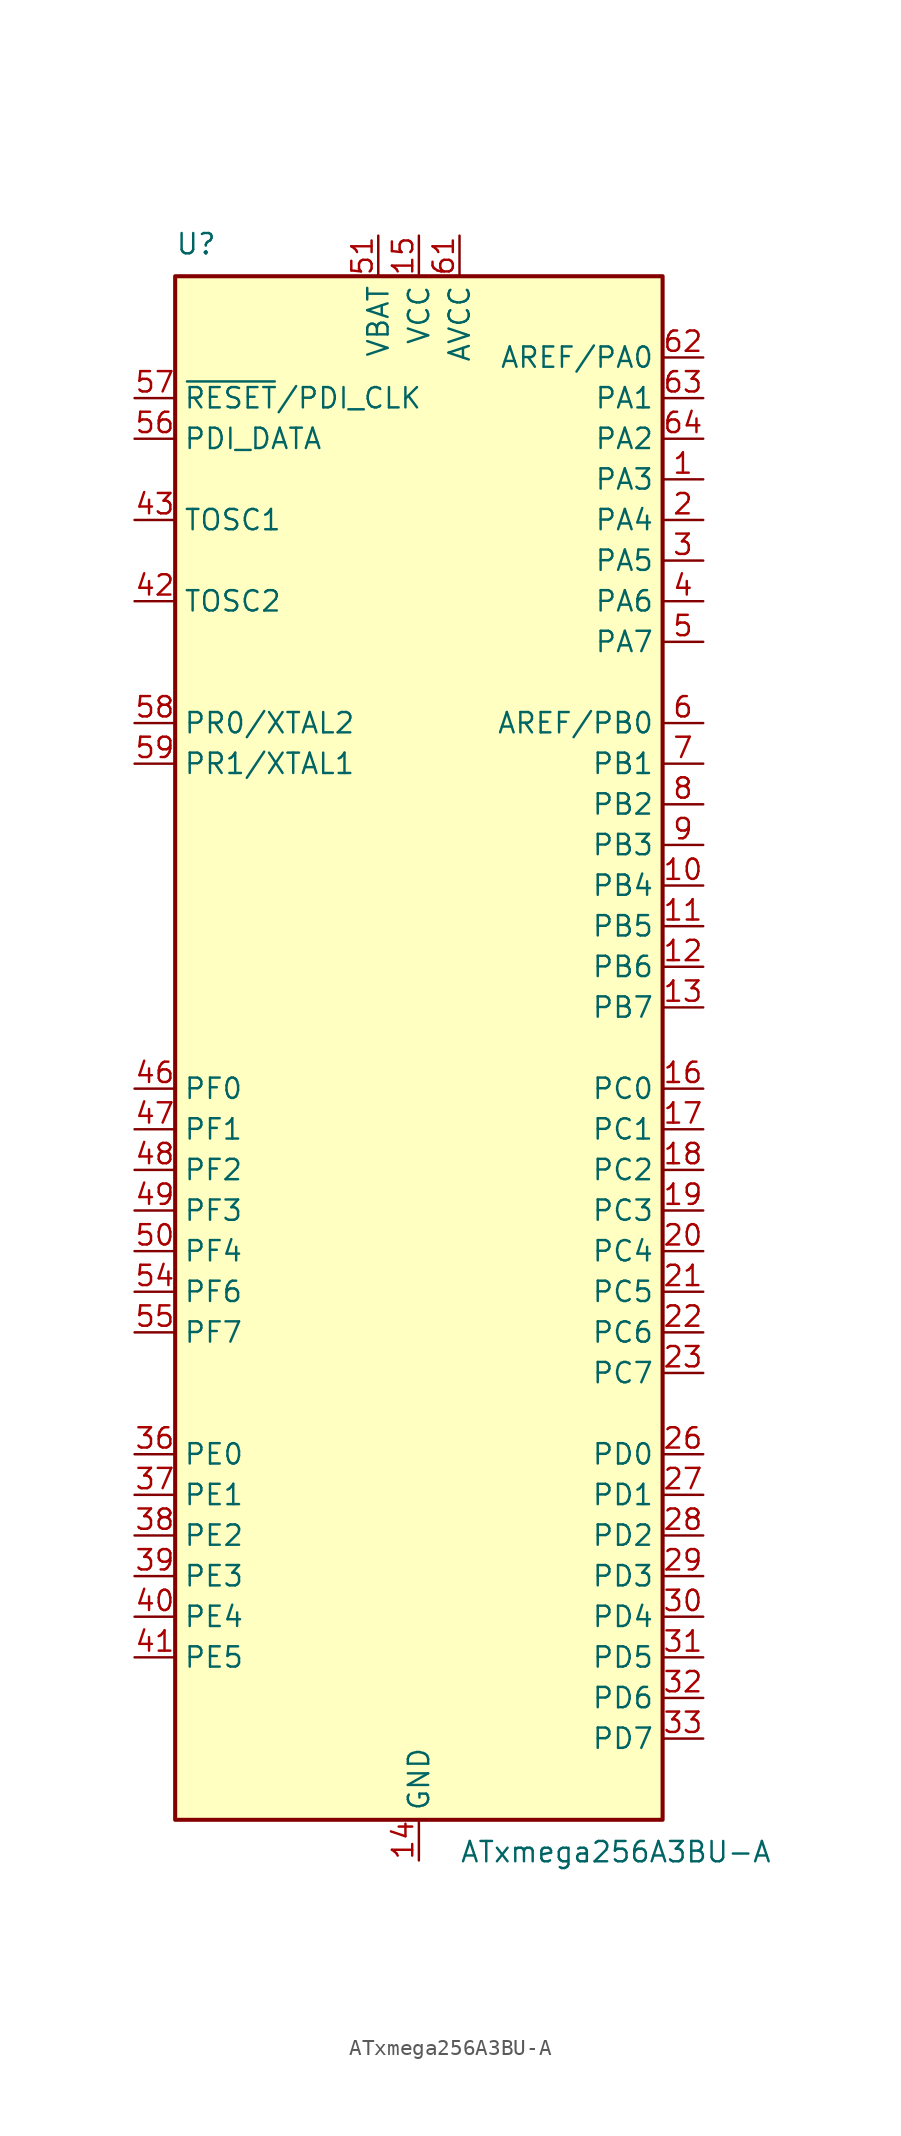
<source format=kicad_sym>
(kicad_symbol_lib
  (version 20201005)
  (generator kicad_symbol_editor)
  (symbol "MCU_Microchip_ATmega:ATxmega256A3BU-A"
    (property "Reference" "U"
      (at -15.24 49.53 0)
      (effects (font (size 1.27 1.27)) (justify left bottom)))
    (property "Value" "ATxmega256A3BU-A"
      (at 2.54 -49.53 0)
      (effects (font (size 1.27 1.27)) (justify left top)))
    (symbol "ATxmega256A3BU-A_0_1"
      (rectangle (start -15.24 -48.26) (end 15.24 48.26) (stroke (width 0.254)) (fill (type background))))
    (symbol "ATxmega256A3BU-A_1_1"
      (pin bidirectional line (at 17.78 35.56 180) (length 2.54) (name "PA3" (effects (font (size 1.27 1.27)))) (number "1" (effects (font (size 1.27 1.27)))))
      (pin bidirectional line (at 17.78 10.16 180) (length 2.54) (name "PB4" (effects (font (size 1.27 1.27)))) (number "10" (effects (font (size 1.27 1.27)))))
      (pin bidirectional line (at 17.78 7.62 180) (length 2.54) (name "PB5" (effects (font (size 1.27 1.27)))) (number "11" (effects (font (size 1.27 1.27)))))
      (pin bidirectional line (at 17.78 5.08 180) (length 2.54) (name "PB6" (effects (font (size 1.27 1.27)))) (number "12" (effects (font (size 1.27 1.27)))))
      (pin bidirectional line (at 17.78 2.54 180) (length 2.54) (name "PB7" (effects (font (size 1.27 1.27)))) (number "13" (effects (font (size 1.27 1.27)))))
      (pin power_in line (at 0 -50.8 90) (length 2.54) (name "GND" (effects (font (size 1.27 1.27)))) (number "14" (effects (font (size 1.27 1.27)))))
      (pin power_in line (at 0 50.8 270) (length 2.54) (name "VCC" (effects (font (size 1.27 1.27)))) (number "15" (effects (font (size 1.27 1.27)))))
      (pin bidirectional line (at 17.78 -2.54 180) (length 2.54) (name "PC0" (effects (font (size 1.27 1.27)))) (number "16" (effects (font (size 1.27 1.27)))))
      (pin bidirectional line (at 17.78 -5.08 180) (length 2.54) (name "PC1" (effects (font (size 1.27 1.27)))) (number "17" (effects (font (size 1.27 1.27)))))
      (pin bidirectional line (at 17.78 -7.62 180) (length 2.54) (name "PC2" (effects (font (size 1.27 1.27)))) (number "18" (effects (font (size 1.27 1.27)))))
      (pin bidirectional line (at 17.78 -10.16 180) (length 2.54) (name "PC3" (effects (font (size 1.27 1.27)))) (number "19" (effects (font (size 1.27 1.27)))))
      (pin bidirectional line (at 17.78 33.02 180) (length 2.54) (name "PA4" (effects (font (size 1.27 1.27)))) (number "2" (effects (font (size 1.27 1.27)))))
      (pin bidirectional line (at 17.78 -12.7 180) (length 2.54) (name "PC4" (effects (font (size 1.27 1.27)))) (number "20" (effects (font (size 1.27 1.27)))))
      (pin bidirectional line (at 17.78 -15.24 180) (length 2.54) (name "PC5" (effects (font (size 1.27 1.27)))) (number "21" (effects (font (size 1.27 1.27)))))
      (pin bidirectional line (at 17.78 -17.78 180) (length 2.54) (name "PC6" (effects (font (size 1.27 1.27)))) (number "22" (effects (font (size 1.27 1.27)))))
      (pin bidirectional line (at 17.78 -20.32 180) (length 2.54) (name "PC7" (effects (font (size 1.27 1.27)))) (number "23" (effects (font (size 1.27 1.27)))))
      (pin passive line (at 0 -50.8 90) (length 2.54) hide (name "GND" (effects (font (size 1.27 1.27)))) (number "24" (effects (font (size 1.27 1.27)))))
      (pin passive line (at 0 50.8 270) (length 2.54) hide (name "VCC" (effects (font (size 1.27 1.27)))) (number "25" (effects (font (size 1.27 1.27)))))
      (pin bidirectional line (at 17.78 -25.4 180) (length 2.54) (name "PD0" (effects (font (size 1.27 1.27)))) (number "26" (effects (font (size 1.27 1.27)))))
      (pin bidirectional line (at 17.78 -27.94 180) (length 2.54) (name "PD1" (effects (font (size 1.27 1.27)))) (number "27" (effects (font (size 1.27 1.27)))))
      (pin bidirectional line (at 17.78 -30.48 180) (length 2.54) (name "PD2" (effects (font (size 1.27 1.27)))) (number "28" (effects (font (size 1.27 1.27)))))
      (pin bidirectional line (at 17.78 -33.02 180) (length 2.54) (name "PD3" (effects (font (size 1.27 1.27)))) (number "29" (effects (font (size 1.27 1.27)))))
      (pin bidirectional line (at 17.78 30.48 180) (length 2.54) (name "PA5" (effects (font (size 1.27 1.27)))) (number "3" (effects (font (size 1.27 1.27)))))
      (pin bidirectional line (at 17.78 -35.56 180) (length 2.54) (name "PD4" (effects (font (size 1.27 1.27)))) (number "30" (effects (font (size 1.27 1.27)))))
      (pin bidirectional line (at 17.78 -38.1 180) (length 2.54) (name "PD5" (effects (font (size 1.27 1.27)))) (number "31" (effects (font (size 1.27 1.27)))))
      (pin bidirectional line (at 17.78 -40.64 180) (length 2.54) (name "PD6" (effects (font (size 1.27 1.27)))) (number "32" (effects (font (size 1.27 1.27)))))
      (pin bidirectional line (at 17.78 -43.18 180) (length 2.54) (name "PD7" (effects (font (size 1.27 1.27)))) (number "33" (effects (font (size 1.27 1.27)))))
      (pin passive line (at 0 -50.8 90) (length 2.54) hide (name "GND" (effects (font (size 1.27 1.27)))) (number "34" (effects (font (size 1.27 1.27)))))
      (pin passive line (at 0 50.8 270) (length 2.54) hide (name "VCC" (effects (font (size 1.27 1.27)))) (number "35" (effects (font (size 1.27 1.27)))))
      (pin bidirectional line (at -17.78 -25.4 0) (length 2.54) (name "PE0" (effects (font (size 1.27 1.27)))) (number "36" (effects (font (size 1.27 1.27)))))
      (pin bidirectional line (at -17.78 -27.94 0) (length 2.54) (name "PE1" (effects (font (size 1.27 1.27)))) (number "37" (effects (font (size 1.27 1.27)))))
      (pin bidirectional line (at -17.78 -30.48 0) (length 2.54) (name "PE2" (effects (font (size 1.27 1.27)))) (number "38" (effects (font (size 1.27 1.27)))))
      (pin bidirectional line (at -17.78 -33.02 0) (length 2.54) (name "PE3" (effects (font (size 1.27 1.27)))) (number "39" (effects (font (size 1.27 1.27)))))
      (pin bidirectional line (at 17.78 27.94 180) (length 2.54) (name "PA6" (effects (font (size 1.27 1.27)))) (number "4" (effects (font (size 1.27 1.27)))))
      (pin bidirectional line (at -17.78 -35.56 0) (length 2.54) (name "PE4" (effects (font (size 1.27 1.27)))) (number "40" (effects (font (size 1.27 1.27)))))
      (pin bidirectional line (at -17.78 -38.1 0) (length 2.54) (name "PE5" (effects (font (size 1.27 1.27)))) (number "41" (effects (font (size 1.27 1.27)))))
      (pin passive line (at -17.78 27.94 0) (length 2.54) (name "TOSC2" (effects (font (size 1.27 1.27)))) (number "42" (effects (font (size 1.27 1.27)))))
      (pin input line (at -17.78 33.02 0) (length 2.54) (name "TOSC1" (effects (font (size 1.27 1.27)))) (number "43" (effects (font (size 1.27 1.27)))))
      (pin passive line (at 0 -50.8 90) (length 2.54) hide (name "GND" (effects (font (size 1.27 1.27)))) (number "44" (effects (font (size 1.27 1.27)))))
      (pin passive line (at 0 50.8 270) (length 2.54) hide (name "VCC" (effects (font (size 1.27 1.27)))) (number "45" (effects (font (size 1.27 1.27)))))
      (pin bidirectional line (at -17.78 -2.54 0) (length 2.54) (name "PF0" (effects (font (size 1.27 1.27)))) (number "46" (effects (font (size 1.27 1.27)))))
      (pin bidirectional line (at -17.78 -5.08 0) (length 2.54) (name "PF1" (effects (font (size 1.27 1.27)))) (number "47" (effects (font (size 1.27 1.27)))))
      (pin bidirectional line (at -17.78 -7.62 0) (length 2.54) (name "PF2" (effects (font (size 1.27 1.27)))) (number "48" (effects (font (size 1.27 1.27)))))
      (pin bidirectional line (at -17.78 -10.16 0) (length 2.54) (name "PF3" (effects (font (size 1.27 1.27)))) (number "49" (effects (font (size 1.27 1.27)))))
      (pin bidirectional line (at 17.78 25.4 180) (length 2.54) (name "PA7" (effects (font (size 1.27 1.27)))) (number "5" (effects (font (size 1.27 1.27)))))
      (pin bidirectional line (at -17.78 -12.7 0) (length 2.54) (name "PF4" (effects (font (size 1.27 1.27)))) (number "50" (effects (font (size 1.27 1.27)))))
      (pin power_in line (at -2.54 50.8 270) (length 2.54) (name "VBAT" (effects (font (size 1.27 1.27)))) (number "51" (effects (font (size 1.27 1.27)))))
      (pin passive line (at 0 -50.8 90) (length 2.54) hide (name "GND" (effects (font (size 1.27 1.27)))) (number "52" (effects (font (size 1.27 1.27)))))
      (pin passive line (at 0 50.8 270) (length 2.54) hide (name "VCC" (effects (font (size 1.27 1.27)))) (number "53" (effects (font (size 1.27 1.27)))))
      (pin bidirectional line (at -17.78 -15.24 0) (length 2.54) (name "PF6" (effects (font (size 1.27 1.27)))) (number "54" (effects (font (size 1.27 1.27)))))
      (pin bidirectional line (at -17.78 -17.78 0) (length 2.54) (name "PF7" (effects (font (size 1.27 1.27)))) (number "55" (effects (font (size 1.27 1.27)))))
      (pin bidirectional line (at -17.78 38.1 0) (length 2.54) (name "PDI_DATA" (effects (font (size 1.27 1.27)))) (number "56" (effects (font (size 1.27 1.27)))))
      (pin input line (at -17.78 40.64 0) (length 2.54) (name "~RESET~/PDI_CLK" (effects (font (size 1.27 1.27)))) (number "57" (effects (font (size 1.27 1.27)))))
      (pin bidirectional line (at -17.78 20.32 0) (length 2.54) (name "PR0/XTAL2" (effects (font (size 1.27 1.27)))) (number "58" (effects (font (size 1.27 1.27)))))
      (pin bidirectional line (at -17.78 17.78 0) (length 2.54) (name "PR1/XTAL1" (effects (font (size 1.27 1.27)))) (number "59" (effects (font (size 1.27 1.27)))))
      (pin bidirectional line (at 17.78 20.32 180) (length 2.54) (name "AREF/PB0" (effects (font (size 1.27 1.27)))) (number "6" (effects (font (size 1.27 1.27)))))
      (pin passive line (at 0 -50.8 90) (length 2.54) hide (name "GND" (effects (font (size 1.27 1.27)))) (number "60" (effects (font (size 1.27 1.27)))))
      (pin power_in line (at 2.54 50.8 270) (length 2.54) (name "AVCC" (effects (font (size 1.27 1.27)))) (number "61" (effects (font (size 1.27 1.27)))))
      (pin bidirectional line (at 17.78 43.18 180) (length 2.54) (name "AREF/PA0" (effects (font (size 1.27 1.27)))) (number "62" (effects (font (size 1.27 1.27)))))
      (pin bidirectional line (at 17.78 40.64 180) (length 2.54) (name "PA1" (effects (font (size 1.27 1.27)))) (number "63" (effects (font (size 1.27 1.27)))))
      (pin bidirectional line (at 17.78 38.1 180) (length 2.54) (name "PA2" (effects (font (size 1.27 1.27)))) (number "64" (effects (font (size 1.27 1.27)))))
      (pin bidirectional line (at 17.78 17.78 180) (length 2.54) (name "PB1" (effects (font (size 1.27 1.27)))) (number "7" (effects (font (size 1.27 1.27)))))
      (pin bidirectional line (at 17.78 15.24 180) (length 2.54) (name "PB2" (effects (font (size 1.27 1.27)))) (number "8" (effects (font (size 1.27 1.27)))))
      (pin bidirectional line (at 17.78 12.7 180) (length 2.54) (name "PB3" (effects (font (size 1.27 1.27)))) (number "9" (effects (font (size 1.27 1.27))))))))
</source>
